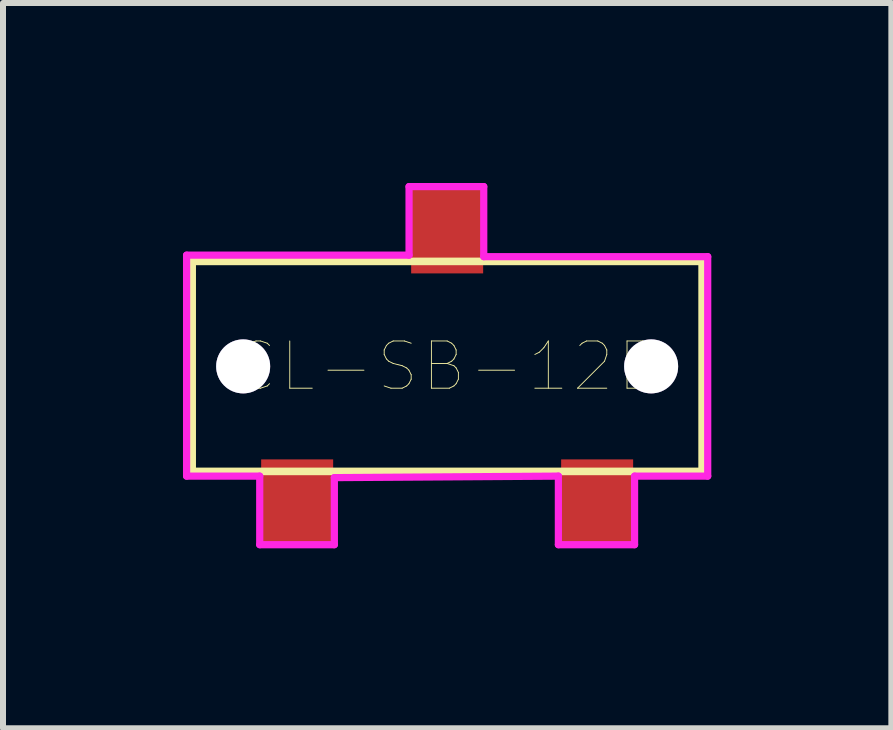
<source format=kicad_pcb>
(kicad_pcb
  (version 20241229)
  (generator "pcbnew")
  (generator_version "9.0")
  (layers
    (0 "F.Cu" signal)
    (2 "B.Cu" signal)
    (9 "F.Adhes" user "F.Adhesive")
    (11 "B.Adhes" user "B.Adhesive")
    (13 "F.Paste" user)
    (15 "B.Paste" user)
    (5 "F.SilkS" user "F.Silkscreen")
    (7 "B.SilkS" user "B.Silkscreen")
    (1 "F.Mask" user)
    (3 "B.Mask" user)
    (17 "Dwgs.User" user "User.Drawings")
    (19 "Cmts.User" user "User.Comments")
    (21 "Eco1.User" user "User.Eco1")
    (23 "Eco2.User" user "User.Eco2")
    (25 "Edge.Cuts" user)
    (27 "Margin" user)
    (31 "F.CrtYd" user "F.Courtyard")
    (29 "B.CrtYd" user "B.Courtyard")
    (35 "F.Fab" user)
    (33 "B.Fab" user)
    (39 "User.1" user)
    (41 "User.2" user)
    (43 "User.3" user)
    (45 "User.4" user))
  (footprint "CL-SB-12B"
    (layer "F.Cu")
    (at 4.403 3.057)
    (property "Reference" "CL-SB-12B" (at 0 0 0) (layer "F.SilkS") (effects (font (size 0.787 0.787) (thickness 0.015))))
    (attr through_hole)
    (fp_line (start -4.25 -1.75) (end 4.25 -1.75) (stroke (width 0.127) (type solid)) (layer "F.SilkS"))
    (fp_line (start -4.25 1.75) (end -4.25 -1.75) (stroke (width 0.127) (type solid)) (layer "F.SilkS"))
    (fp_line (start 4.25 -1.75) (end 4.25 1.75) (stroke (width 0.127) (type solid)) (layer "F.SilkS"))
    (fp_line (start 4.25 1.75) (end -4.25 1.75) (stroke (width 0.127) (type solid)) (layer "F.SilkS"))
    (fp_line (start -4.343 -1.854) (end -4.343 1.829) (stroke (width 0.12) (type solid)) (layer "F.CrtYd"))
    (fp_line (start -4.343 1.829) (end -3.124 1.829) (stroke (width 0.12) (type solid)) (layer "F.CrtYd"))
    (fp_line (start -3.124 1.829) (end -3.124 2.972) (stroke (width 0.12) (type solid)) (layer "F.CrtYd"))
    (fp_line (start -3.124 2.972) (end -1.88 2.972) (stroke (width 0.12) (type solid)) (layer "F.CrtYd"))
    (fp_line (start -1.88 1.854) (end 1.854 1.829) (stroke (width 0.12) (type solid)) (layer "F.CrtYd"))
    (fp_line (start -1.88 2.972) (end -1.88 1.854) (stroke (width 0.12) (type solid)) (layer "F.CrtYd"))
    (fp_line (start -0.635 -2.997) (end -0.635 -1.854) (stroke (width 0.12) (type solid)) (layer "F.CrtYd"))
    (fp_line (start -0.635 -1.854) (end -4.343 -1.854) (stroke (width 0.12) (type solid)) (layer "F.CrtYd"))
    (fp_line (start 0.61 -2.997) (end -0.635 -2.997) (stroke (width 0.12) (type solid)) (layer "F.CrtYd"))
    (fp_line (start 0.61 -1.829) (end 0.61 -2.997) (stroke (width 0.12) (type solid)) (layer "F.CrtYd"))
    (fp_line (start 1.854 1.829) (end 1.854 2.972) (stroke (width 0.12) (type solid)) (layer "F.CrtYd"))
    (fp_line (start 1.854 2.972) (end 3.124 2.972) (stroke (width 0.12) (type solid)) (layer "F.CrtYd"))
    (fp_line (start 3.124 1.829) (end 4.343 1.829) (stroke (width 0.12) (type solid)) (layer "F.CrtYd"))
    (fp_line (start 3.124 2.972) (end 3.124 1.829) (stroke (width 0.12) (type solid)) (layer "F.CrtYd"))
    (fp_line (start 4.343 -1.829) (end 0.61 -1.829) (stroke (width 0.12) (type solid)) (layer "F.CrtYd"))
    (fp_line (start 4.343 1.829) (end 4.343 -1.829) (stroke (width 0.12) (type solid)) (layer "F.CrtYd"))
    (pad "1" smd rect (at -2.5 2.25) (size 1.2 1.4) (layers "F.Cu" "F.Mask" "F.Paste"))
    (pad "2" smd rect (at 0 -2.25) (size 1.2 1.4) (layers "F.Cu" "F.Mask" "F.Paste"))
    (pad "3" smd rect (at 2.5 2.25) (size 1.2 1.4) (layers "F.Cu" "F.Mask" "F.Paste"))
    (pad "None" thru_hole circle (at -3.4 0) (size 0.9 0.9) (drill 0.9) (layers "*.Cu" "*.Mask"))
    (pad "None" thru_hole circle (at 3.4 0) (size 0.9 0.9) (drill 0.9) (layers "*.Cu" "*.Mask")))
  (gr_rect
    (start -3 -3)
    (end 11.807 9.089)
    (stroke (width 0.1) (type default))
    (fill no)
    (layer "Edge.Cuts")))
</source>
